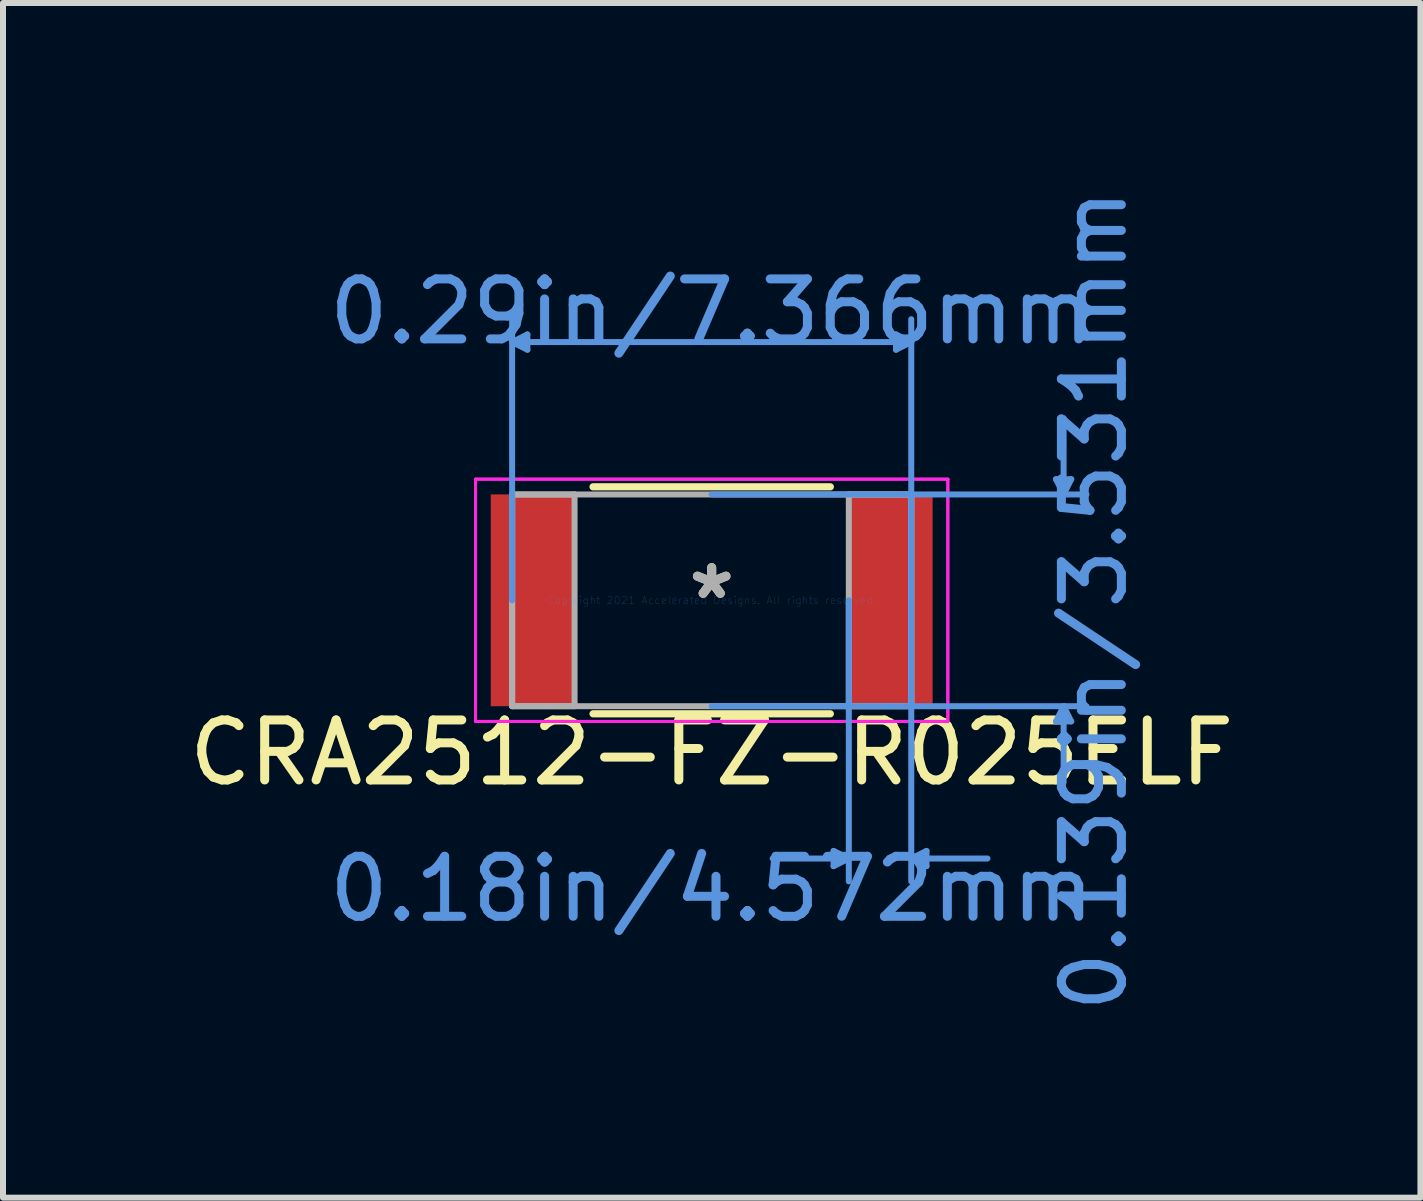
<source format=kicad_pcb>
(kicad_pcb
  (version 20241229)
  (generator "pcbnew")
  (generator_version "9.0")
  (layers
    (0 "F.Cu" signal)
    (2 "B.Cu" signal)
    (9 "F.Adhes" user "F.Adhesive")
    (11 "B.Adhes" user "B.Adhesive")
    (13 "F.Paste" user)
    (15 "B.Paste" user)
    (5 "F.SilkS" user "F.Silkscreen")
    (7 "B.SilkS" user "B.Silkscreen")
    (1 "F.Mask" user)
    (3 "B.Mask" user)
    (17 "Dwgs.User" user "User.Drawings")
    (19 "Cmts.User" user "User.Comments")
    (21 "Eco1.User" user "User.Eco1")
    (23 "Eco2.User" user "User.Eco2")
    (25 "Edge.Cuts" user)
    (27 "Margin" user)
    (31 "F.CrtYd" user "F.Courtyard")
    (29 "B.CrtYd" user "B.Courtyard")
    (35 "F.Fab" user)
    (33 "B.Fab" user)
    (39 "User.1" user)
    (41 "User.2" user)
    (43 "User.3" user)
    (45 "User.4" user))
  (footprint "CRA2512-FZ-R025ELF"
    (layer "F.Cu")
    (at 8.815 6.958)
    (property "Reference" "CRA2512-FZ-R025ELF" (at 0 2.54 180) (layer "F.SilkS") (effects (font (size 1 1) (thickness 0.15))))
    (attr through_hole)
    (fp_line (start -1.978 1.892) (end 1.978 1.892) (stroke (width 0.12) (type solid)) (layer "F.SilkS"))
    (fp_line (start 1.978 -1.892) (end -1.978 -1.892) (stroke (width 0.12) (type solid)) (layer "F.SilkS"))
    (fp_line (start -3.327 -4.305) (end -3.073 -4.432) (stroke (width 0.1) (type solid)) (layer "Cmts.User"))
    (fp_line (start -3.327 -4.305) (end -3.073 -4.178) (stroke (width 0.1) (type solid)) (layer "Cmts.User"))
    (fp_line (start -3.327 -4.305) (end 3.327 -4.305) (stroke (width 0.1) (type solid)) (layer "Cmts.User"))
    (fp_line (start -3.327 0) (end -3.327 -4.686) (stroke (width 0.1) (type solid)) (layer "Cmts.User"))
    (fp_line (start -3.073 -4.432) (end -3.073 -4.178) (stroke (width 0.1) (type solid)) (layer "Cmts.User"))
    (fp_line (start 0 -1.765) (end 6.248 -1.765) (stroke (width 0.1) (type solid)) (layer "Cmts.User"))
    (fp_line (start 0 1.765) (end 6.248 1.765) (stroke (width 0.1) (type solid)) (layer "Cmts.User"))
    (fp_line (start 2.032 4.178) (end 2.032 4.432) (stroke (width 0.1) (type solid)) (layer "Cmts.User"))
    (fp_line (start 2.286 0) (end 2.286 4.686) (stroke (width 0.1) (type solid)) (layer "Cmts.User"))
    (fp_line (start 2.286 4.305) (end 1.016 4.305) (stroke (width 0.1) (type solid)) (layer "Cmts.User"))
    (fp_line (start 2.286 4.305) (end 2.032 4.178) (stroke (width 0.1) (type solid)) (layer "Cmts.User"))
    (fp_line (start 2.286 4.305) (end 2.032 4.432) (stroke (width 0.1) (type solid)) (layer "Cmts.User"))
    (fp_line (start 3.073 -4.432) (end 3.073 -4.178) (stroke (width 0.1) (type solid)) (layer "Cmts.User"))
    (fp_line (start 3.327 -4.305) (end 3.073 -4.432) (stroke (width 0.1) (type solid)) (layer "Cmts.User"))
    (fp_line (start 3.327 -4.305) (end 3.073 -4.178) (stroke (width 0.1) (type solid)) (layer "Cmts.User"))
    (fp_line (start 3.327 0) (end 3.327 -4.686) (stroke (width 0.1) (type solid)) (layer "Cmts.User"))
    (fp_line (start 3.327 0) (end 3.327 4.686) (stroke (width 0.1) (type solid)) (layer "Cmts.User"))
    (fp_line (start 3.327 4.305) (end 3.581 4.178) (stroke (width 0.1) (type solid)) (layer "Cmts.User"))
    (fp_line (start 3.327 4.305) (end 3.581 4.432) (stroke (width 0.1) (type solid)) (layer "Cmts.User"))
    (fp_line (start 3.327 4.305) (end 4.597 4.305) (stroke (width 0.1) (type solid)) (layer "Cmts.User"))
    (fp_line (start 3.581 4.178) (end 3.581 4.432) (stroke (width 0.1) (type solid)) (layer "Cmts.User"))
    (fp_line (start 5.74 -2.019) (end 5.994 -2.019) (stroke (width 0.1) (type solid)) (layer "Cmts.User"))
    (fp_line (start 5.74 2.019) (end 5.994 2.019) (stroke (width 0.1) (type solid)) (layer "Cmts.User"))
    (fp_line (start 5.867 -1.765) (end 5.74 -2.019) (stroke (width 0.1) (type solid)) (layer "Cmts.User"))
    (fp_line (start 5.867 -1.765) (end 5.867 -3.035) (stroke (width 0.1) (type solid)) (layer "Cmts.User"))
    (fp_line (start 5.867 -1.765) (end 5.994 -2.019) (stroke (width 0.1) (type solid)) (layer "Cmts.User"))
    (fp_line (start 5.867 1.765) (end 5.74 2.019) (stroke (width 0.1) (type solid)) (layer "Cmts.User"))
    (fp_line (start 5.867 1.765) (end 5.867 3.035) (stroke (width 0.1) (type solid)) (layer "Cmts.User"))
    (fp_line (start 5.867 1.765) (end 5.994 2.019) (stroke (width 0.1) (type solid)) (layer "Cmts.User"))
    (fp_line (start -3.937 -2.019) (end 3.937 -2.019) (stroke (width 0.05) (type solid)) (layer "F.CrtYd"))
    (fp_line (start -3.937 -2.019) (end 3.937 -2.019) (stroke (width 0.05) (type solid)) (layer "F.CrtYd"))
    (fp_line (start -3.937 2.019) (end -3.937 -2.019) (stroke (width 0.05) (type solid)) (layer "F.CrtYd"))
    (fp_line (start -3.937 2.019) (end -3.937 -2.019) (stroke (width 0.05) (type solid)) (layer "F.CrtYd"))
    (fp_line (start 3.937 -2.019) (end 3.937 2.019) (stroke (width 0.05) (type solid)) (layer "F.CrtYd"))
    (fp_line (start 3.937 -2.019) (end 3.937 2.019) (stroke (width 0.05) (type solid)) (layer "F.CrtYd"))
    (fp_line (start 3.937 2.019) (end -3.937 2.019) (stroke (width 0.05) (type solid)) (layer "F.CrtYd"))
    (fp_line (start 3.937 2.019) (end -3.937 2.019) (stroke (width 0.05) (type solid)) (layer "F.CrtYd"))
    (fp_line (start -3.327 -1.765) (end -3.327 1.765) (stroke (width 0.1) (type solid)) (layer "F.Fab"))
    (fp_line (start -3.327 -1.765) (end -3.327 1.765) (stroke (width 0.1) (type solid)) (layer "F.Fab"))
    (fp_line (start -3.327 1.765) (end -2.286 1.765) (stroke (width 0.1) (type solid)) (layer "F.Fab"))
    (fp_line (start -3.327 1.765) (end 3.327 1.765) (stroke (width 0.1) (type solid)) (layer "F.Fab"))
    (fp_line (start -2.286 -1.765) (end -3.327 -1.765) (stroke (width 0.1) (type solid)) (layer "F.Fab"))
    (fp_line (start -2.286 1.765) (end -2.286 -1.765) (stroke (width 0.1) (type solid)) (layer "F.Fab"))
    (fp_line (start 2.286 -1.765) (end 2.286 1.765) (stroke (width 0.1) (type solid)) (layer "F.Fab"))
    (fp_line (start 2.286 1.765) (end 3.327 1.765) (stroke (width 0.1) (type solid)) (layer "F.Fab"))
    (fp_line (start 3.327 -1.765) (end -3.327 -1.765) (stroke (width 0.1) (type solid)) (layer "F.Fab"))
    (fp_line (start 3.327 -1.765) (end 2.286 -1.765) (stroke (width 0.1) (type solid)) (layer "F.Fab"))
    (fp_line (start 3.327 1.765) (end 3.327 -1.765) (stroke (width 0.1) (type solid)) (layer "F.Fab"))
    (fp_line (start 3.327 1.765) (end 3.327 -1.765) (stroke (width 0.1) (type solid)) (layer "F.Fab"))
    (fp_text user "*" (at 0 0 180) (layer "F.SilkS") (effects (font (size 1 1) (thickness 0.15))))
    (fp_text user "Copyright 2021 Accelerated Designs. All rights reserved." (at 0 0 180) (layer "Cmts.User") (effects (font (size 0.127 0.127) (thickness 0.002))))
    (fp_text user "0.18in/4.572mm" (at 0 4.813 180) (layer "Cmts.User") (effects (font (size 1 1) (thickness 0.15))))
    (fp_text user "0.139in/3.531mm" (at 6.375 0 90) (layer "Cmts.User") (effects (font (size 1 1) (thickness 0.15))))
    (fp_text user "0.29in/7.366mm" (at 0 -4.813 180) (layer "Cmts.User") (effects (font (size 1 1) (thickness 0.15))))
    (fp_text user "*" (at 0 0 180) (layer "F.Fab") (effects (font (size 1 1) (thickness 0.15))))
    (pad "1" smd rect (at -2.985 0) (size 1.397 3.531) (layers "F.Cu" "F.Mask" "F.Paste"))
    (pad "2" smd rect (at 2.985 0) (size 1.397 3.531) (layers "F.Cu" "F.Mask" "F.Paste")))
  (gr_rect
    (start -3 -3)
    (end 20.631 16.917)
    (stroke (width 0.1) (type default))
    (fill no)
    (layer "Edge.Cuts")))
</source>
